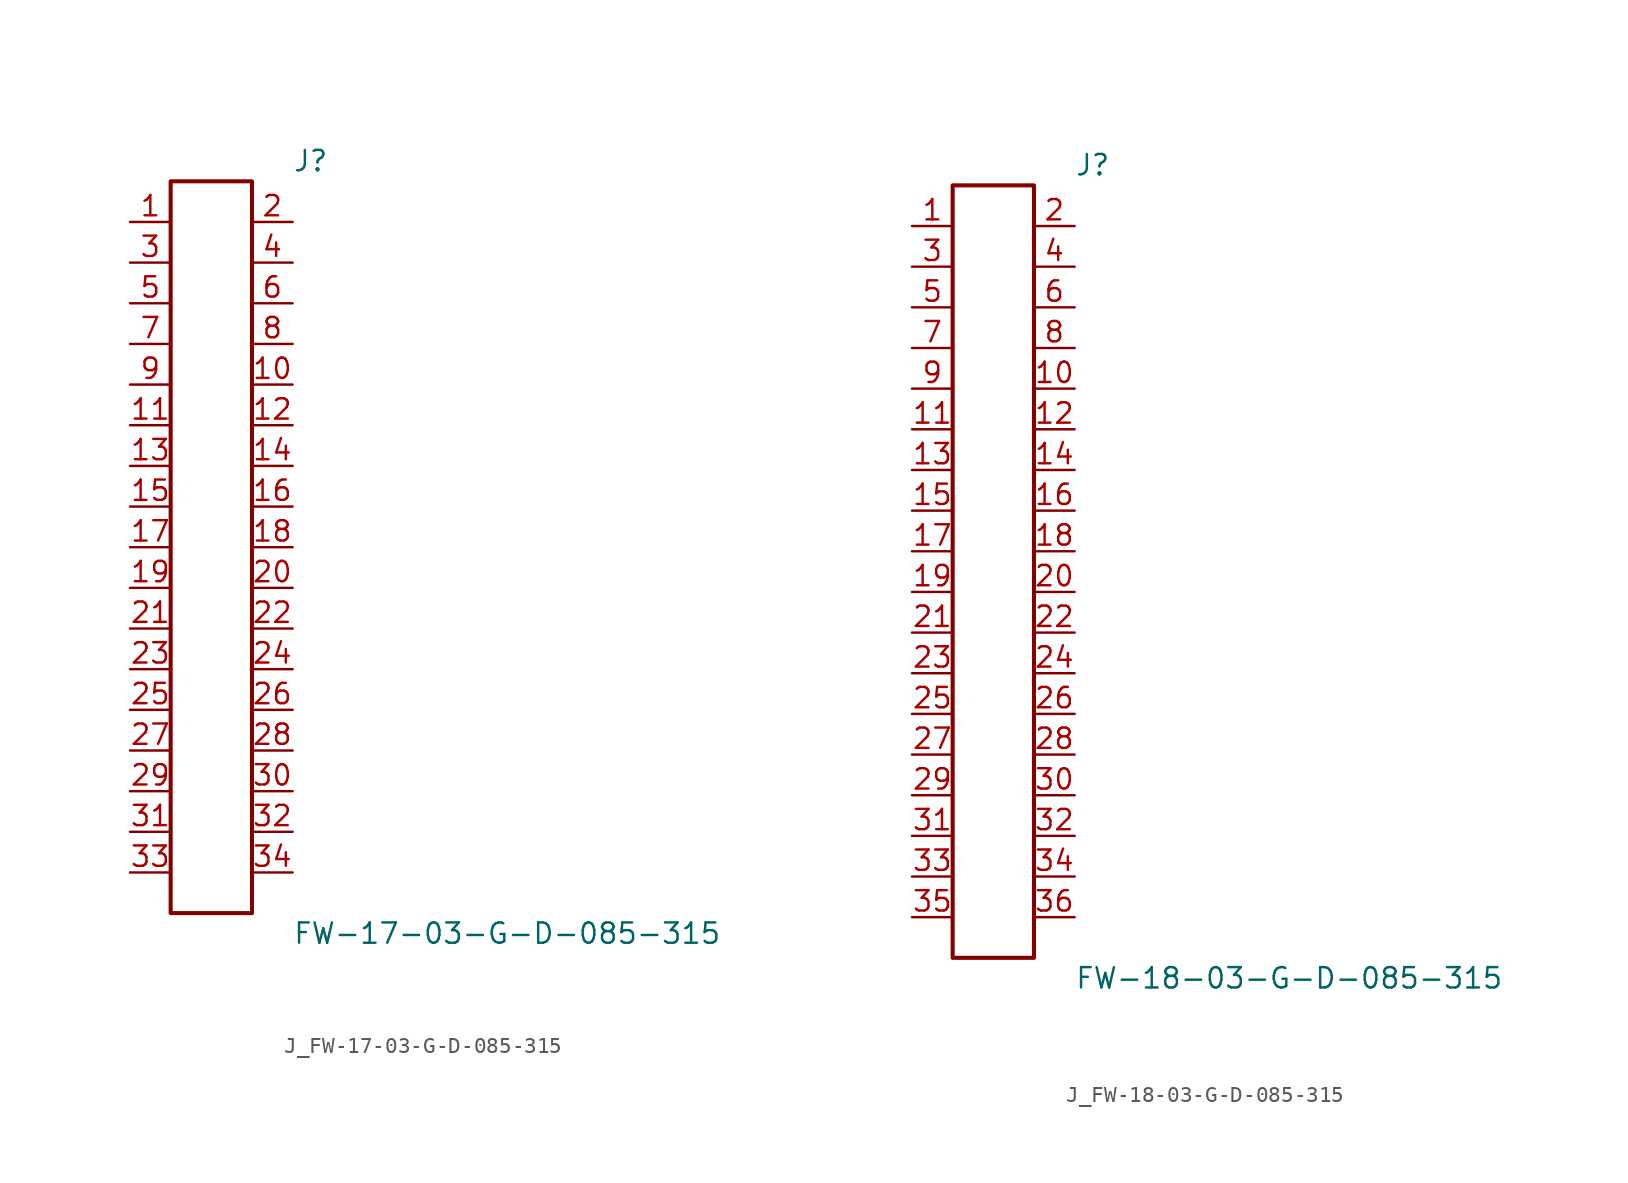
<source format=kicad_sym>
(kicad_symbol_lib
  (version 20231120)
  (generator kicad_symbol_editor)
  (generator_version 8.0)
  (symbol "J_FW-17-03-G-D-085-315"
    (pin_names
      (offset 0.254))
    (property "Reference" "J"
      (at 5.08 24.13 0)
      (effects (font (size 1.27 1.27)) (justify left)))
    (property "Value" "FW-17-03-G-D-085-315"
      (at 5.08 -24.13 0)
      (effects (font (size 1.27 1.27)) (justify left)))
    (symbol "J_FW-17-03-G-D-085-315_0_0"
      (pin unspecified line (at -5.08 20.32 0) (length 2.54) (name "" (effects (font (size 1.27 1.27)))) (number "1" (effects (font (size 1.27 1.27)))))
      (pin unspecified line (at 5.08 20.32 180) (length 2.54) (name "" (effects (font (size 1.27 1.27)))) (number "2" (effects (font (size 1.27 1.27)))))
      (pin unspecified line (at -5.08 17.78 0) (length 2.54) (name "" (effects (font (size 1.27 1.27)))) (number "3" (effects (font (size 1.27 1.27)))))
      (pin unspecified line (at 5.08 17.78 180) (length 2.54) (name "" (effects (font (size 1.27 1.27)))) (number "4" (effects (font (size 1.27 1.27)))))
      (pin unspecified line (at -5.08 15.24 0) (length 2.54) (name "" (effects (font (size 1.27 1.27)))) (number "5" (effects (font (size 1.27 1.27)))))
      (pin unspecified line (at 5.08 15.24 180) (length 2.54) (name "" (effects (font (size 1.27 1.27)))) (number "6" (effects (font (size 1.27 1.27)))))
      (pin unspecified line (at -5.08 12.7 0) (length 2.54) (name "" (effects (font (size 1.27 1.27)))) (number "7" (effects (font (size 1.27 1.27)))))
      (pin unspecified line (at 5.08 12.7 180) (length 2.54) (name "" (effects (font (size 1.27 1.27)))) (number "8" (effects (font (size 1.27 1.27)))))
      (pin unspecified line (at -5.08 10.16 0) (length 2.54) (name "" (effects (font (size 1.27 1.27)))) (number "9" (effects (font (size 1.27 1.27)))))
      (pin unspecified line (at 5.08 10.16 180) (length 2.54) (name "" (effects (font (size 1.27 1.27)))) (number "10" (effects (font (size 1.27 1.27)))))
      (pin unspecified line (at -5.08 7.62 0) (length 2.54) (name "" (effects (font (size 1.27 1.27)))) (number "11" (effects (font (size 1.27 1.27)))))
      (pin unspecified line (at 5.08 7.62 180) (length 2.54) (name "" (effects (font (size 1.27 1.27)))) (number "12" (effects (font (size 1.27 1.27)))))
      (pin unspecified line (at -5.08 5.08 0) (length 2.54) (name "" (effects (font (size 1.27 1.27)))) (number "13" (effects (font (size 1.27 1.27)))))
      (pin unspecified line (at 5.08 5.08 180) (length 2.54) (name "" (effects (font (size 1.27 1.27)))) (number "14" (effects (font (size 1.27 1.27)))))
      (pin unspecified line (at -5.08 2.54 0) (length 2.54) (name "" (effects (font (size 1.27 1.27)))) (number "15" (effects (font (size 1.27 1.27)))))
      (pin unspecified line (at 5.08 2.54 180) (length 2.54) (name "" (effects (font (size 1.27 1.27)))) (number "16" (effects (font (size 1.27 1.27)))))
      (pin unspecified line (at -5.08 0.0 0) (length 2.54) (name "" (effects (font (size 1.27 1.27)))) (number "17" (effects (font (size 1.27 1.27)))))
      (pin unspecified line (at 5.08 0.0 180) (length 2.54) (name "" (effects (font (size 1.27 1.27)))) (number "18" (effects (font (size 1.27 1.27)))))
      (pin unspecified line (at -5.08 -2.54 0) (length 2.54) (name "" (effects (font (size 1.27 1.27)))) (number "19" (effects (font (size 1.27 1.27)))))
      (pin unspecified line (at 5.08 -2.54 180) (length 2.54) (name "" (effects (font (size 1.27 1.27)))) (number "20" (effects (font (size 1.27 1.27)))))
      (pin unspecified line (at -5.08 -5.08 0) (length 2.54) (name "" (effects (font (size 1.27 1.27)))) (number "21" (effects (font (size 1.27 1.27)))))
      (pin unspecified line (at 5.08 -5.08 180) (length 2.54) (name "" (effects (font (size 1.27 1.27)))) (number "22" (effects (font (size 1.27 1.27)))))
      (pin unspecified line (at -5.08 -7.62 0) (length 2.54) (name "" (effects (font (size 1.27 1.27)))) (number "23" (effects (font (size 1.27 1.27)))))
      (pin unspecified line (at 5.08 -7.62 180) (length 2.54) (name "" (effects (font (size 1.27 1.27)))) (number "24" (effects (font (size 1.27 1.27)))))
      (pin unspecified line (at -5.08 -10.16 0) (length 2.54) (name "" (effects (font (size 1.27 1.27)))) (number "25" (effects (font (size 1.27 1.27)))))
      (pin unspecified line (at 5.08 -10.16 180) (length 2.54) (name "" (effects (font (size 1.27 1.27)))) (number "26" (effects (font (size 1.27 1.27)))))
      (pin unspecified line (at -5.08 -12.7 0) (length 2.54) (name "" (effects (font (size 1.27 1.27)))) (number "27" (effects (font (size 1.27 1.27)))))
      (pin unspecified line (at 5.08 -12.7 180) (length 2.54) (name "" (effects (font (size 1.27 1.27)))) (number "28" (effects (font (size 1.27 1.27)))))
      (pin unspecified line (at -5.08 -15.24 0) (length 2.54) (name "" (effects (font (size 1.27 1.27)))) (number "29" (effects (font (size 1.27 1.27)))))
      (pin unspecified line (at 5.08 -15.24 180) (length 2.54) (name "" (effects (font (size 1.27 1.27)))) (number "30" (effects (font (size 1.27 1.27)))))
      (pin unspecified line (at -5.08 -17.78 0) (length 2.54) (name "" (effects (font (size 1.27 1.27)))) (number "31" (effects (font (size 1.27 1.27)))))
      (pin unspecified line (at 5.08 -17.78 180) (length 2.54) (name "" (effects (font (size 1.27 1.27)))) (number "32" (effects (font (size 1.27 1.27)))))
      (pin unspecified line (at -5.08 -20.32 0) (length 2.54) (name "" (effects (font (size 1.27 1.27)))) (number "33" (effects (font (size 1.27 1.27)))))
      (pin unspecified line (at 5.08 -20.32 180) (length 2.54) (name "" (effects (font (size 1.27 1.27)))) (number "34" (effects (font (size 1.27 1.27))))))
    (symbol "J_FW-17-03-G-D-085-315_1_0"
      (rectangle (start -2.54 22.86) (end 2.54 -22.86) (stroke (width 0.254) (type solid)) (fill (type none)))))
  (symbol "J_FW-18-03-G-D-085-315"
    (pin_names
      (offset 0.254))
    (property "Reference" "J"
      (at 5.08 25.4 0)
      (effects (font (size 1.27 1.27)) (justify left)))
    (property "Value" "FW-18-03-G-D-085-315"
      (at 5.08 -25.4 0)
      (effects (font (size 1.27 1.27)) (justify left)))
    (symbol "J_FW-18-03-G-D-085-315_0_0"
      (pin unspecified line (at -5.08 21.59 0) (length 2.54) (name "" (effects (font (size 1.27 1.27)))) (number "1" (effects (font (size 1.27 1.27)))))
      (pin unspecified line (at 5.08 21.59 180) (length 2.54) (name "" (effects (font (size 1.27 1.27)))) (number "2" (effects (font (size 1.27 1.27)))))
      (pin unspecified line (at -5.08 19.05 0) (length 2.54) (name "" (effects (font (size 1.27 1.27)))) (number "3" (effects (font (size 1.27 1.27)))))
      (pin unspecified line (at 5.08 19.05 180) (length 2.54) (name "" (effects (font (size 1.27 1.27)))) (number "4" (effects (font (size 1.27 1.27)))))
      (pin unspecified line (at -5.08 16.51 0) (length 2.54) (name "" (effects (font (size 1.27 1.27)))) (number "5" (effects (font (size 1.27 1.27)))))
      (pin unspecified line (at 5.08 16.51 180) (length 2.54) (name "" (effects (font (size 1.27 1.27)))) (number "6" (effects (font (size 1.27 1.27)))))
      (pin unspecified line (at -5.08 13.97 0) (length 2.54) (name "" (effects (font (size 1.27 1.27)))) (number "7" (effects (font (size 1.27 1.27)))))
      (pin unspecified line (at 5.08 13.97 180) (length 2.54) (name "" (effects (font (size 1.27 1.27)))) (number "8" (effects (font (size 1.27 1.27)))))
      (pin unspecified line (at -5.08 11.43 0) (length 2.54) (name "" (effects (font (size 1.27 1.27)))) (number "9" (effects (font (size 1.27 1.27)))))
      (pin unspecified line (at 5.08 11.43 180) (length 2.54) (name "" (effects (font (size 1.27 1.27)))) (number "10" (effects (font (size 1.27 1.27)))))
      (pin unspecified line (at -5.08 8.89 0) (length 2.54) (name "" (effects (font (size 1.27 1.27)))) (number "11" (effects (font (size 1.27 1.27)))))
      (pin unspecified line (at 5.08 8.89 180) (length 2.54) (name "" (effects (font (size 1.27 1.27)))) (number "12" (effects (font (size 1.27 1.27)))))
      (pin unspecified line (at -5.08 6.35 0) (length 2.54) (name "" (effects (font (size 1.27 1.27)))) (number "13" (effects (font (size 1.27 1.27)))))
      (pin unspecified line (at 5.08 6.35 180) (length 2.54) (name "" (effects (font (size 1.27 1.27)))) (number "14" (effects (font (size 1.27 1.27)))))
      (pin unspecified line (at -5.08 3.81 0) (length 2.54) (name "" (effects (font (size 1.27 1.27)))) (number "15" (effects (font (size 1.27 1.27)))))
      (pin unspecified line (at 5.08 3.81 180) (length 2.54) (name "" (effects (font (size 1.27 1.27)))) (number "16" (effects (font (size 1.27 1.27)))))
      (pin unspecified line (at -5.08 1.27 0) (length 2.54) (name "" (effects (font (size 1.27 1.27)))) (number "17" (effects (font (size 1.27 1.27)))))
      (pin unspecified line (at 5.08 1.27 180) (length 2.54) (name "" (effects (font (size 1.27 1.27)))) (number "18" (effects (font (size 1.27 1.27)))))
      (pin unspecified line (at -5.08 -1.27 0) (length 2.54) (name "" (effects (font (size 1.27 1.27)))) (number "19" (effects (font (size 1.27 1.27)))))
      (pin unspecified line (at 5.08 -1.27 180) (length 2.54) (name "" (effects (font (size 1.27 1.27)))) (number "20" (effects (font (size 1.27 1.27)))))
      (pin unspecified line (at -5.08 -3.81 0) (length 2.54) (name "" (effects (font (size 1.27 1.27)))) (number "21" (effects (font (size 1.27 1.27)))))
      (pin unspecified line (at 5.08 -3.81 180) (length 2.54) (name "" (effects (font (size 1.27 1.27)))) (number "22" (effects (font (size 1.27 1.27)))))
      (pin unspecified line (at -5.08 -6.35 0) (length 2.54) (name "" (effects (font (size 1.27 1.27)))) (number "23" (effects (font (size 1.27 1.27)))))
      (pin unspecified line (at 5.08 -6.35 180) (length 2.54) (name "" (effects (font (size 1.27 1.27)))) (number "24" (effects (font (size 1.27 1.27)))))
      (pin unspecified line (at -5.08 -8.89 0) (length 2.54) (name "" (effects (font (size 1.27 1.27)))) (number "25" (effects (font (size 1.27 1.27)))))
      (pin unspecified line (at 5.08 -8.89 180) (length 2.54) (name "" (effects (font (size 1.27 1.27)))) (number "26" (effects (font (size 1.27 1.27)))))
      (pin unspecified line (at -5.08 -11.43 0) (length 2.54) (name "" (effects (font (size 1.27 1.27)))) (number "27" (effects (font (size 1.27 1.27)))))
      (pin unspecified line (at 5.08 -11.43 180) (length 2.54) (name "" (effects (font (size 1.27 1.27)))) (number "28" (effects (font (size 1.27 1.27)))))
      (pin unspecified line (at -5.08 -13.97 0) (length 2.54) (name "" (effects (font (size 1.27 1.27)))) (number "29" (effects (font (size 1.27 1.27)))))
      (pin unspecified line (at 5.08 -13.97 180) (length 2.54) (name "" (effects (font (size 1.27 1.27)))) (number "30" (effects (font (size 1.27 1.27)))))
      (pin unspecified line (at -5.08 -16.51 0) (length 2.54) (name "" (effects (font (size 1.27 1.27)))) (number "31" (effects (font (size 1.27 1.27)))))
      (pin unspecified line (at 5.08 -16.51 180) (length 2.54) (name "" (effects (font (size 1.27 1.27)))) (number "32" (effects (font (size 1.27 1.27)))))
      (pin unspecified line (at -5.08 -19.05 0) (length 2.54) (name "" (effects (font (size 1.27 1.27)))) (number "33" (effects (font (size 1.27 1.27)))))
      (pin unspecified line (at 5.08 -19.05 180) (length 2.54) (name "" (effects (font (size 1.27 1.27)))) (number "34" (effects (font (size 1.27 1.27)))))
      (pin unspecified line (at -5.08 -21.59 0) (length 2.54) (name "" (effects (font (size 1.27 1.27)))) (number "35" (effects (font (size 1.27 1.27)))))
      (pin unspecified line (at 5.08 -21.59 180) (length 2.54) (name "" (effects (font (size 1.27 1.27)))) (number "36" (effects (font (size 1.27 1.27))))))
    (symbol "J_FW-18-03-G-D-085-315_1_0"
      (rectangle (start -2.54 24.13) (end 2.54 -24.13) (stroke (width 0.254) (type solid)) (fill (type none))))))
</source>
